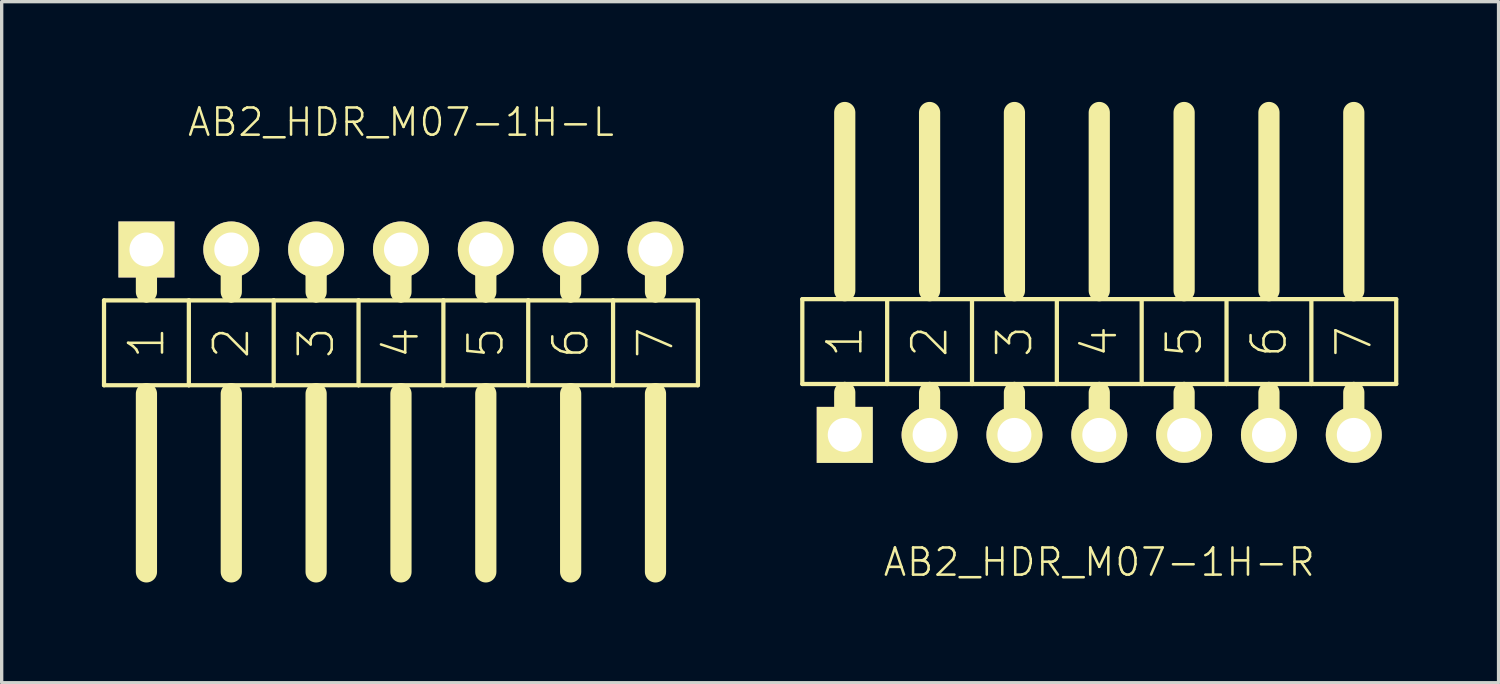
<source format=kicad_pcb>
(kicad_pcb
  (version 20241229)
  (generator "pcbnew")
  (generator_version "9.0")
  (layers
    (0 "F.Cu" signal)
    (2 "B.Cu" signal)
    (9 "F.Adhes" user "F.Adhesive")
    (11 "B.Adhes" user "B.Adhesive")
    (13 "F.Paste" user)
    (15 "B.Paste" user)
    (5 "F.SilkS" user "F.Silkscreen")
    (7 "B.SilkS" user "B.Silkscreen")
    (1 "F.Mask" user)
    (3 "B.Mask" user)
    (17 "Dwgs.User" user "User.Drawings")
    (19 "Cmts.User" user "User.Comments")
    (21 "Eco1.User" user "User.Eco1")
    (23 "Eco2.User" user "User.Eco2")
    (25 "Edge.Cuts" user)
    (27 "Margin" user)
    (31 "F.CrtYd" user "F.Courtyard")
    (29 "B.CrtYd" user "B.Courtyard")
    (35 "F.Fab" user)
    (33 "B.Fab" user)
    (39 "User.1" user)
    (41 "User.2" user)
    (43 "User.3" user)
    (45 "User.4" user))
  (footprint "AB2_HDR_M07-1H-R"
    (layer "F.Cu")
    (at 29.86 9.97)
    (property "Reference" "AB2_HDR_M07-1H-R" (at 0 3.81 0) (layer "F.SilkS") (effects (font (size 0.813 0.813) (thickness 0.076))))
    (attr through_hole)
    (fp_line (start -8.89 -4.064) (end -8.89 -1.524) (stroke (width 0.127) (type solid)) (layer "F.SilkS"))
    (fp_line (start -8.89 -1.524) (end -7.62 -1.524) (stroke (width 0.127) (type solid)) (layer "F.SilkS"))
    (fp_line (start -7.62 -4.318) (end -7.62 -9.652) (stroke (width 0.635) (type solid)) (layer "F.SilkS"))
    (fp_line (start -7.62 -1.524) (end -6.35 -1.524) (stroke (width 0.127) (type solid)) (layer "F.SilkS"))
    (fp_line (start -7.62 -1.27) (end -7.62 0) (stroke (width 0.635) (type solid)) (layer "F.SilkS"))
    (fp_line (start -6.35 -4.064) (end -8.89 -4.064) (stroke (width 0.127) (type solid)) (layer "F.SilkS"))
    (fp_line (start -6.35 -1.524) (end -6.35 -4.064) (stroke (width 0.127) (type solid)) (layer "F.SilkS"))
    (fp_line (start -6.35 -1.524) (end -5.08 -1.524) (stroke (width 0.127) (type solid)) (layer "F.SilkS"))
    (fp_line (start -5.08 -4.318) (end -5.08 -9.652) (stroke (width 0.635) (type solid)) (layer "F.SilkS"))
    (fp_line (start -5.08 -1.524) (end -3.81 -1.524) (stroke (width 0.127) (type solid)) (layer "F.SilkS"))
    (fp_line (start -5.08 -1.27) (end -5.08 0) (stroke (width 0.635) (type solid)) (layer "F.SilkS"))
    (fp_line (start -3.81 -4.064) (end -6.35 -4.064) (stroke (width 0.127) (type solid)) (layer "F.SilkS"))
    (fp_line (start -3.81 -1.524) (end -3.81 -4.064) (stroke (width 0.127) (type solid)) (layer "F.SilkS"))
    (fp_line (start -3.81 -1.524) (end -2.54 -1.524) (stroke (width 0.127) (type solid)) (layer "F.SilkS"))
    (fp_line (start -2.54 -4.318) (end -2.54 -9.652) (stroke (width 0.635) (type solid)) (layer "F.SilkS"))
    (fp_line (start -2.54 -1.524) (end -1.27 -1.524) (stroke (width 0.127) (type solid)) (layer "F.SilkS"))
    (fp_line (start -2.54 -1.27) (end -2.54 0) (stroke (width 0.635) (type solid)) (layer "F.SilkS"))
    (fp_line (start -1.27 -4.064) (end -3.81 -4.064) (stroke (width 0.127) (type solid)) (layer "F.SilkS"))
    (fp_line (start -1.27 -1.524) (end -1.27 -4.064) (stroke (width 0.127) (type solid)) (layer "F.SilkS"))
    (fp_line (start -1.27 -1.524) (end 0 -1.524) (stroke (width 0.127) (type solid)) (layer "F.SilkS"))
    (fp_line (start 0 -4.318) (end 0 -9.652) (stroke (width 0.635) (type solid)) (layer "F.SilkS"))
    (fp_line (start 0 -1.524) (end 1.27 -1.524) (stroke (width 0.127) (type solid)) (layer "F.SilkS"))
    (fp_line (start 0 -1.27) (end 0 0) (stroke (width 0.635) (type solid)) (layer "F.SilkS"))
    (fp_line (start 1.27 -4.064) (end -1.27 -4.064) (stroke (width 0.127) (type solid)) (layer "F.SilkS"))
    (fp_line (start 1.27 -1.524) (end 1.27 -4.064) (stroke (width 0.127) (type solid)) (layer "F.SilkS"))
    (fp_line (start 1.27 -1.524) (end 2.54 -1.524) (stroke (width 0.127) (type solid)) (layer "F.SilkS"))
    (fp_line (start 2.54 -4.318) (end 2.54 -9.652) (stroke (width 0.635) (type solid)) (layer "F.SilkS"))
    (fp_line (start 2.54 -1.524) (end 3.81 -1.524) (stroke (width 0.127) (type solid)) (layer "F.SilkS"))
    (fp_line (start 2.54 -1.27) (end 2.54 0) (stroke (width 0.635) (type solid)) (layer "F.SilkS"))
    (fp_line (start 3.81 -4.064) (end 1.27 -4.064) (stroke (width 0.127) (type solid)) (layer "F.SilkS"))
    (fp_line (start 3.81 -1.524) (end 3.81 -4.064) (stroke (width 0.127) (type solid)) (layer "F.SilkS"))
    (fp_line (start 3.81 -1.524) (end 5.08 -1.524) (stroke (width 0.127) (type solid)) (layer "F.SilkS"))
    (fp_line (start 5.08 -4.318) (end 5.08 -9.652) (stroke (width 0.635) (type solid)) (layer "F.SilkS"))
    (fp_line (start 5.08 -1.524) (end 6.35 -1.524) (stroke (width 0.127) (type solid)) (layer "F.SilkS"))
    (fp_line (start 5.08 -1.27) (end 5.08 0) (stroke (width 0.635) (type solid)) (layer "F.SilkS"))
    (fp_line (start 6.35 -4.064) (end 3.81 -4.064) (stroke (width 0.127) (type solid)) (layer "F.SilkS"))
    (fp_line (start 6.35 -1.524) (end 6.35 -4.064) (stroke (width 0.127) (type solid)) (layer "F.SilkS"))
    (fp_line (start 6.35 -1.524) (end 7.62 -1.524) (stroke (width 0.127) (type solid)) (layer "F.SilkS"))
    (fp_line (start 7.62 -4.318) (end 7.62 -9.652) (stroke (width 0.635) (type solid)) (layer "F.SilkS"))
    (fp_line (start 7.62 -1.524) (end 8.89 -1.524) (stroke (width 0.127) (type solid)) (layer "F.SilkS"))
    (fp_line (start 7.62 -1.27) (end 7.62 0) (stroke (width 0.635) (type solid)) (layer "F.SilkS"))
    (fp_line (start 8.89 -4.064) (end 6.35 -4.064) (stroke (width 0.127) (type solid)) (layer "F.SilkS"))
    (fp_line (start 8.89 -1.524) (end 8.89 -4.064) (stroke (width 0.127) (type solid)) (layer "F.SilkS"))
    (fp_text user "4" (at 0 -2.794 90) (layer "F.SilkS") (effects (font (size 1.016 1.016) (thickness 0.076))))
    (fp_text user "5" (at 2.54 -2.794 90) (layer "F.SilkS") (effects (font (size 1.016 1.016) (thickness 0.076))))
    (fp_text user "3" (at -2.54 -2.794 90) (layer "F.SilkS") (effects (font (size 1.016 1.016) (thickness 0.076))))
    (fp_text user "1" (at -7.62 -2.794 270) (layer "F.SilkS") (effects (font (size 1.016 1.016) (thickness 0.076))))
    (fp_text user "6" (at 5.08 -2.794 90) (layer "F.SilkS") (effects (font (size 1.016 1.016) (thickness 0.076))))
    (fp_text user "7" (at 7.62 -2.794 90) (layer "F.SilkS") (effects (font (size 1.016 1.016) (thickness 0.076))))
    (fp_text user "2" (at -5.08 -2.794 90) (layer "F.SilkS") (effects (font (size 1.016 1.016) (thickness 0.076))))
    (pad "1" thru_hole rect (at -7.62 0) (size 1.676 1.676) (drill 1.016) (layers "*.Cu" "*.Mask" "F.SilkS"))
    (pad "2" thru_hole circle (at -5.08 0) (size 1.676 1.676) (drill 1.016) (layers "*.Cu" "*.Mask" "F.SilkS"))
    (pad "3" thru_hole circle (at -2.54 0) (size 1.676 1.676) (drill 1.016) (layers "*.Cu" "*.Mask" "F.SilkS"))
    (pad "4" thru_hole circle (at 0 0) (size 1.676 1.676) (drill 1.016) (layers "*.Cu" "*.Mask" "F.SilkS"))
    (pad "5" thru_hole circle (at 2.54 0) (size 1.676 1.676) (drill 1.016) (layers "*.Cu" "*.Mask" "F.SilkS"))
    (pad "6" thru_hole circle (at 5.08 0) (size 1.676 1.676) (drill 1.016) (layers "*.Cu" "*.Mask" "F.SilkS"))
    (pad "7" thru_hole circle (at 7.62 0) (size 1.676 1.676) (drill 1.016) (layers "*.Cu" "*.Mask" "F.SilkS")))
  (footprint "AB2_HDR_M07-1H-L"
    (layer "F.Cu")
    (at 8.954 4.419)
    (property "Reference" "AB2_HDR_M07-1H-L" (at 0 -3.81 0) (layer "F.SilkS") (effects (font (size 0.813 0.813) (thickness 0.076))))
    (attr through_hole)
    (fp_line (start -8.89 1.524) (end -8.89 4.064) (stroke (width 0.127) (type solid)) (layer "F.SilkS"))
    (fp_line (start -8.89 4.064) (end -7.62 4.064) (stroke (width 0.127) (type solid)) (layer "F.SilkS"))
    (fp_line (start -7.62 0) (end -7.62 1.27) (stroke (width 0.635) (type solid)) (layer "F.SilkS"))
    (fp_line (start -7.62 1.524) (end -8.89 1.524) (stroke (width 0.127) (type solid)) (layer "F.SilkS"))
    (fp_line (start -7.62 4.064) (end -6.35 4.064) (stroke (width 0.127) (type solid)) (layer "F.SilkS"))
    (fp_line (start -7.62 4.318) (end -7.62 9.652) (stroke (width 0.635) (type solid)) (layer "F.SilkS"))
    (fp_line (start -6.35 1.524) (end -7.62 1.524) (stroke (width 0.127) (type solid)) (layer "F.SilkS"))
    (fp_line (start -6.35 4.064) (end -6.35 1.524) (stroke (width 0.127) (type solid)) (layer "F.SilkS"))
    (fp_line (start -6.35 4.064) (end -5.08 4.064) (stroke (width 0.127) (type solid)) (layer "F.SilkS"))
    (fp_line (start -5.08 0) (end -5.08 1.27) (stroke (width 0.635) (type solid)) (layer "F.SilkS"))
    (fp_line (start -5.08 1.524) (end -6.35 1.524) (stroke (width 0.127) (type solid)) (layer "F.SilkS"))
    (fp_line (start -5.08 4.064) (end -3.81 4.064) (stroke (width 0.127) (type solid)) (layer "F.SilkS"))
    (fp_line (start -5.08 4.318) (end -5.08 9.652) (stroke (width 0.635) (type solid)) (layer "F.SilkS"))
    (fp_line (start -3.81 1.524) (end -5.08 1.524) (stroke (width 0.127) (type solid)) (layer "F.SilkS"))
    (fp_line (start -3.81 4.064) (end -3.81 1.524) (stroke (width 0.127) (type solid)) (layer "F.SilkS"))
    (fp_line (start -3.81 4.064) (end -2.54 4.064) (stroke (width 0.127) (type solid)) (layer "F.SilkS"))
    (fp_line (start -2.54 0) (end -2.54 1.27) (stroke (width 0.635) (type solid)) (layer "F.SilkS"))
    (fp_line (start -2.54 1.524) (end -3.81 1.524) (stroke (width 0.127) (type solid)) (layer "F.SilkS"))
    (fp_line (start -2.54 4.064) (end -1.27 4.064) (stroke (width 0.127) (type solid)) (layer "F.SilkS"))
    (fp_line (start -2.54 4.318) (end -2.54 9.652) (stroke (width 0.635) (type solid)) (layer "F.SilkS"))
    (fp_line (start -1.27 1.524) (end -2.54 1.524) (stroke (width 0.127) (type solid)) (layer "F.SilkS"))
    (fp_line (start -1.27 4.064) (end -1.27 1.524) (stroke (width 0.127) (type solid)) (layer "F.SilkS"))
    (fp_line (start -1.27 4.064) (end 0 4.064) (stroke (width 0.127) (type solid)) (layer "F.SilkS"))
    (fp_line (start 0 0) (end 0 1.27) (stroke (width 0.635) (type solid)) (layer "F.SilkS"))
    (fp_line (start 0 1.524) (end -1.27 1.524) (stroke (width 0.127) (type solid)) (layer "F.SilkS"))
    (fp_line (start 0 4.064) (end 1.27 4.064) (stroke (width 0.127) (type solid)) (layer "F.SilkS"))
    (fp_line (start 0 4.318) (end 0 9.652) (stroke (width 0.635) (type solid)) (layer "F.SilkS"))
    (fp_line (start 1.27 1.524) (end 0 1.524) (stroke (width 0.127) (type solid)) (layer "F.SilkS"))
    (fp_line (start 1.27 4.064) (end 1.27 1.524) (stroke (width 0.127) (type solid)) (layer "F.SilkS"))
    (fp_line (start 1.27 4.064) (end 2.54 4.064) (stroke (width 0.127) (type solid)) (layer "F.SilkS"))
    (fp_line (start 2.54 0) (end 2.54 1.27) (stroke (width 0.635) (type solid)) (layer "F.SilkS"))
    (fp_line (start 2.54 1.524) (end 1.27 1.524) (stroke (width 0.127) (type solid)) (layer "F.SilkS"))
    (fp_line (start 2.54 4.064) (end 3.81 4.064) (stroke (width 0.127) (type solid)) (layer "F.SilkS"))
    (fp_line (start 2.54 4.318) (end 2.54 9.652) (stroke (width 0.635) (type solid)) (layer "F.SilkS"))
    (fp_line (start 3.81 1.524) (end 2.54 1.524) (stroke (width 0.127) (type solid)) (layer "F.SilkS"))
    (fp_line (start 3.81 4.064) (end 3.81 1.524) (stroke (width 0.127) (type solid)) (layer "F.SilkS"))
    (fp_line (start 3.81 4.064) (end 5.08 4.064) (stroke (width 0.127) (type solid)) (layer "F.SilkS"))
    (fp_line (start 5.08 0) (end 5.08 1.27) (stroke (width 0.635) (type solid)) (layer "F.SilkS"))
    (fp_line (start 5.08 1.524) (end 3.81 1.524) (stroke (width 0.127) (type solid)) (layer "F.SilkS"))
    (fp_line (start 5.08 4.064) (end 6.35 4.064) (stroke (width 0.127) (type solid)) (layer "F.SilkS"))
    (fp_line (start 5.08 4.318) (end 5.08 9.652) (stroke (width 0.635) (type solid)) (layer "F.SilkS"))
    (fp_line (start 6.35 1.524) (end 5.08 1.524) (stroke (width 0.127) (type solid)) (layer "F.SilkS"))
    (fp_line (start 6.35 4.064) (end 6.35 1.524) (stroke (width 0.127) (type solid)) (layer "F.SilkS"))
    (fp_line (start 6.35 4.064) (end 7.62 4.064) (stroke (width 0.127) (type solid)) (layer "F.SilkS"))
    (fp_line (start 7.62 0) (end 7.62 1.27) (stroke (width 0.635) (type solid)) (layer "F.SilkS"))
    (fp_line (start 7.62 1.524) (end 6.35 1.524) (stroke (width 0.127) (type solid)) (layer "F.SilkS"))
    (fp_line (start 7.62 4.064) (end 8.89 4.064) (stroke (width 0.127) (type solid)) (layer "F.SilkS"))
    (fp_line (start 7.62 4.318) (end 7.62 9.652) (stroke (width 0.635) (type solid)) (layer "F.SilkS"))
    (fp_line (start 8.89 1.524) (end 7.62 1.524) (stroke (width 0.127) (type solid)) (layer "F.SilkS"))
    (fp_line (start 8.89 4.064) (end 8.89 1.524) (stroke (width 0.127) (type solid)) (layer "F.SilkS"))
    (fp_text user "5" (at 2.54 2.794 90) (layer "F.SilkS") (effects (font (size 1.016 1.016) (thickness 0.076))))
    (fp_text user "2" (at -5.08 2.794 90) (layer "F.SilkS") (effects (font (size 1.016 1.016) (thickness 0.076))))
    (fp_text user "1" (at -7.62 2.794 90) (layer "F.SilkS") (effects (font (size 1.016 1.016) (thickness 0.076))))
    (fp_text user "3" (at -2.54 2.794 90) (layer "F.SilkS") (effects (font (size 1.016 1.016) (thickness 0.076))))
    (fp_text user "4" (at 0 2.794 90) (layer "F.SilkS") (effects (font (size 1.016 1.016) (thickness 0.076))))
    (fp_text user "7" (at 7.62 2.794 90) (layer "F.SilkS") (effects (font (size 1.016 1.016) (thickness 0.076))))
    (fp_text user "6" (at 5.08 2.794 90) (layer "F.SilkS") (effects (font (size 1.016 1.016) (thickness 0.076))))
    (pad "1" thru_hole rect (at -7.62 0) (size 1.676 1.676) (drill 1.016) (layers "*.Cu" "*.Mask" "F.SilkS"))
    (pad "2" thru_hole circle (at -5.08 0) (size 1.676 1.676) (drill 1.016) (layers "*.Cu" "*.Mask" "F.SilkS"))
    (pad "3" thru_hole circle (at -2.54 0) (size 1.676 1.676) (drill 1.016) (layers "*.Cu" "*.Mask" "F.SilkS"))
    (pad "4" thru_hole circle (at 0 0) (size 1.676 1.676) (drill 1.016) (layers "*.Cu" "*.Mask" "F.SilkS"))
    (pad "5" thru_hole circle (at 2.54 0) (size 1.676 1.676) (drill 1.016) (layers "*.Cu" "*.Mask" "F.SilkS"))
    (pad "6" thru_hole circle (at 5.08 0) (size 1.676 1.676) (drill 1.016) (layers "*.Cu" "*.Mask" "F.SilkS"))
    (pad "7" thru_hole circle (at 7.62 0) (size 1.676 1.676) (drill 1.016) (layers "*.Cu" "*.Mask" "F.SilkS")))
  (gr_rect
    (start -3 -3)
    (end 41.814 17.389)
    (stroke (width 0.1) (type default))
    (fill no)
    (layer "Edge.Cuts")))
</source>
